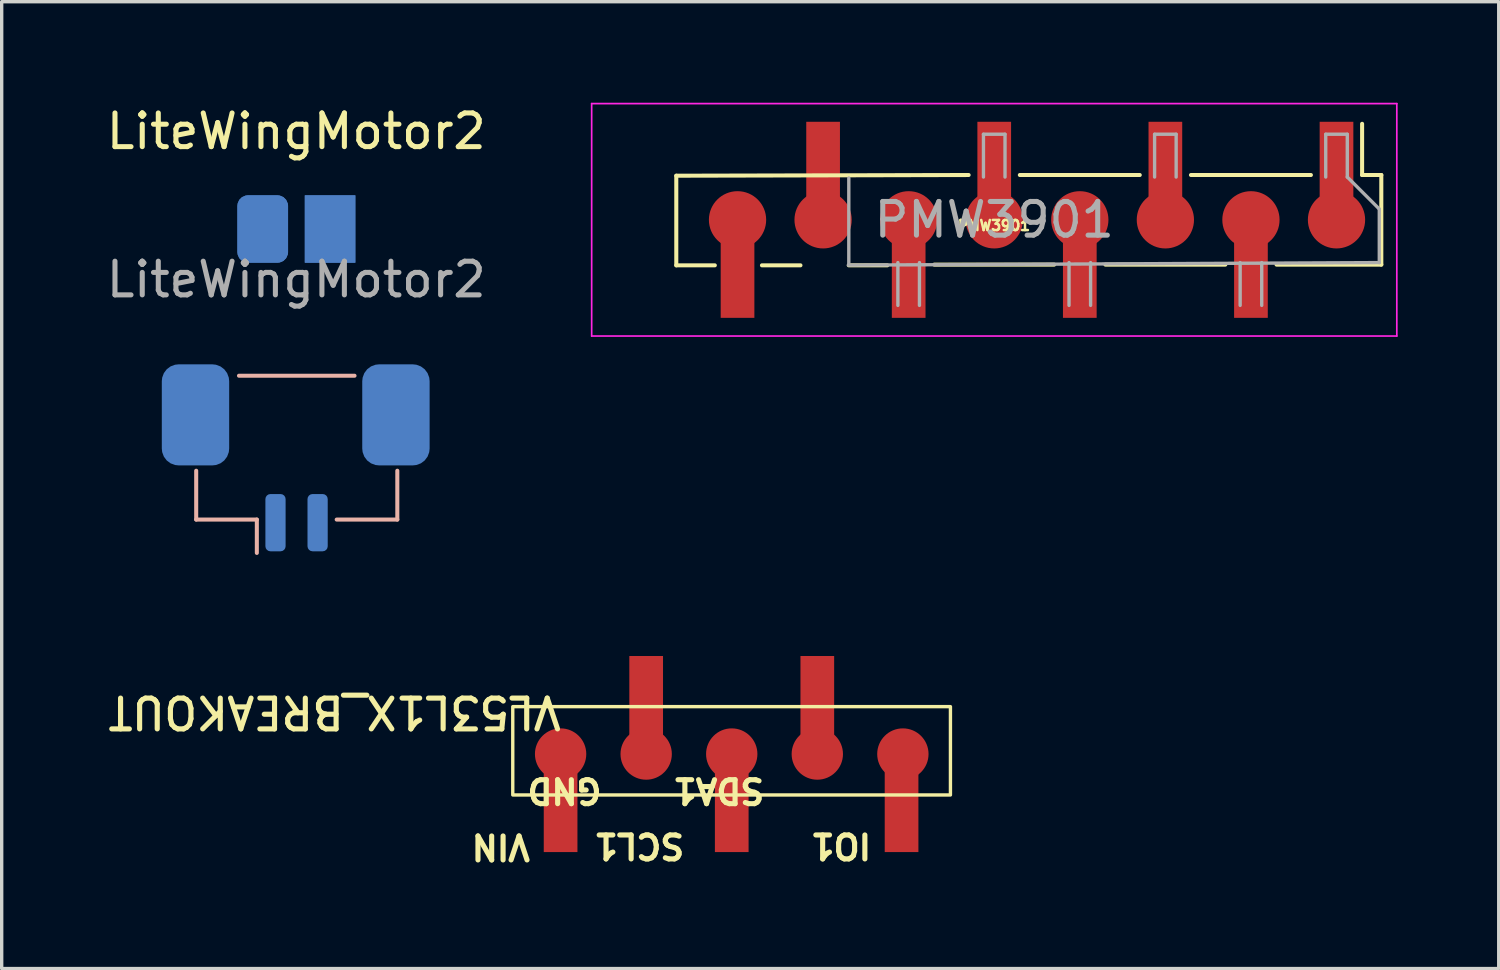
<source format=kicad_pcb>
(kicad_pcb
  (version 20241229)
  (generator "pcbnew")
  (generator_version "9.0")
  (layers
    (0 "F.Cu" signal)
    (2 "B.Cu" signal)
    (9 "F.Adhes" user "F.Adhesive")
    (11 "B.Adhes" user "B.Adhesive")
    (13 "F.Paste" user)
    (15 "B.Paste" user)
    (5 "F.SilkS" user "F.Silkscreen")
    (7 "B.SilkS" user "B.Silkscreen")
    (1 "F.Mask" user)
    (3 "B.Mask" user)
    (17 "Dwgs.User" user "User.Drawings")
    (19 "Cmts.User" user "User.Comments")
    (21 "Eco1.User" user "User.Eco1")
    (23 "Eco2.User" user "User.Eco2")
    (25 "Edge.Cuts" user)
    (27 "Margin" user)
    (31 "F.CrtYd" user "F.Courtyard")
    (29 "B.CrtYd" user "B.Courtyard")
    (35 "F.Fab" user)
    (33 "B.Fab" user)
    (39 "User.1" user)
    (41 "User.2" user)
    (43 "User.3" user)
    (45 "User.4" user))
  (footprint "PMW3901"
    (layer "F.Cu")
    (at 26.463 2.617)
    (property "Reference" "PMW3901" (at -0.008 1.027 0) (layer "F.SilkS") (effects (font (size 0.3 0.3) (thickness 0.075))))
    (attr smd exclude_from_bom)
    (fp_line (start -9.438 -0.451) (end -0.76 -0.472) (stroke (width 0.12) (type solid)) (layer "F.SilkS"))
    (fp_line (start -9.438 2.209) (end -9.438 -0.451) (stroke (width 0.12) (type solid)) (layer "F.SilkS"))
    (fp_line (start -9.438 2.209) (end -8.294 2.209) (stroke (width 0.12) (type solid)) (layer "F.SilkS"))
    (fp_line (start -6.895 2.209) (end -5.752 2.209) (stroke (width 0.12) (type solid)) (layer "F.SilkS"))
    (fp_line (start -4.317 2.209) (end -3.174 2.209) (stroke (width 0.12) (type solid)) (layer "F.SilkS"))
    (fp_line (start -1.78 2.188) (end 1.78 2.188) (stroke (width 0.12) (type solid)) (layer "F.SilkS"))
    (fp_line (start 0.76 -0.472) (end 4.32 -0.472) (stroke (width 0.12) (type solid)) (layer "F.SilkS"))
    (fp_line (start 3.3 2.188) (end 6.86 2.188) (stroke (width 0.12) (type solid)) (layer "F.SilkS"))
    (fp_line (start 5.84 -0.472) (end 9.4 -0.472) (stroke (width 0.12) (type solid)) (layer "F.SilkS"))
    (fp_line (start 8.38 2.188) (end 11.49 2.188) (stroke (width 0.12) (type solid)) (layer "F.SilkS"))
    (fp_line (start 10.92 -1.992) (end 10.92 -0.472) (stroke (width 0.12) (type solid)) (layer "F.SilkS"))
    (fp_line (start 10.92 -0.472) (end 11.49 -0.472) (stroke (width 0.12) (type solid)) (layer "F.SilkS"))
    (fp_line (start 11.49 2.188) (end 11.49 -0.472) (stroke (width 0.12) (type solid)) (layer "F.SilkS"))
    (fp_line (start -11.95 -2.592) (end 11.95 -2.592) (stroke (width 0.05) (type solid)) (layer "F.CrtYd"))
    (fp_line (start -11.95 4.308) (end -11.95 -2.592) (stroke (width 0.05) (type solid)) (layer "F.CrtYd"))
    (fp_line (start 11.95 -2.592) (end 11.95 4.308) (stroke (width 0.05) (type solid)) (layer "F.CrtYd"))
    (fp_line (start 11.95 4.308) (end -11.95 4.308) (stroke (width 0.05) (type solid)) (layer "F.CrtYd"))
    (fp_line (start -4.317 -0.383) (end -4.317 2.157) (stroke (width 0.1) (type solid)) (layer "F.Fab"))
    (fp_line (start -2.86 2.128) (end -2.86 3.398) (stroke (width 0.1) (type solid)) (layer "F.Fab"))
    (fp_line (start -2.22 3.398) (end -2.22 2.128) (stroke (width 0.1) (type solid)) (layer "F.Fab"))
    (fp_line (start -0.32 -1.682) (end 0.32 -1.682) (stroke (width 0.1) (type solid)) (layer "F.Fab"))
    (fp_line (start -0.32 -0.412) (end -0.32 -1.682) (stroke (width 0.1) (type solid)) (layer "F.Fab"))
    (fp_line (start 0.32 -1.682) (end 0.32 -0.412) (stroke (width 0.1) (type solid)) (layer "F.Fab"))
    (fp_line (start 2.22 2.128) (end 2.22 3.398) (stroke (width 0.1) (type solid)) (layer "F.Fab"))
    (fp_line (start 2.86 3.398) (end 2.86 2.128) (stroke (width 0.1) (type solid)) (layer "F.Fab"))
    (fp_line (start 4.76 -0.412) (end 4.76 -1.682) (stroke (width 0.1) (type solid)) (layer "F.Fab"))
    (fp_line (start 4.76 -1.682) (end 5.4 -1.682) (stroke (width 0.1) (type solid)) (layer "F.Fab"))
    (fp_line (start 5.4 -1.682) (end 5.4 -0.412) (stroke (width 0.1) (type solid)) (layer "F.Fab"))
    (fp_line (start 7.3 2.128) (end 7.3 3.398) (stroke (width 0.1) (type solid)) (layer "F.Fab"))
    (fp_line (start 7.94 3.398) (end 7.94 2.128) (stroke (width 0.1) (type solid)) (layer "F.Fab"))
    (fp_line (start 9.84 -1.682) (end 10.48 -1.682) (stroke (width 0.1) (type solid)) (layer "F.Fab"))
    (fp_line (start 9.84 -0.412) (end 9.84 -1.682) (stroke (width 0.1) (type solid)) (layer "F.Fab"))
    (fp_line (start 10.48 -1.682) (end 10.48 -0.412) (stroke (width 0.1) (type solid)) (layer "F.Fab"))
    (fp_line (start 11.43 0.538) (end 10.48 -0.412) (stroke (width 0.1) (type solid)) (layer "F.Fab"))
    (fp_line (start 11.43 2.128) (end -4.329 2.203) (stroke (width 0.1) (type solid)) (layer "F.Fab"))
    (fp_line (start 11.43 2.128) (end 11.43 0.538) (stroke (width 0.1) (type solid)) (layer "F.Fab"))
    (fp_text user "${REFERENCE}" (at 0 0.858 0) (layer "F.Fab") (effects (font (size 1 1) (thickness 0.15))))
    (pad "1" smd rect (at 10.16 -0.797 90) (size 2.51 1) (layers "F.Cu" "F.Mask" "F.Paste"))
    (pad "1" smd circle (at 10.16 0.858 90) (size 1.7 1.7) (layers "F.Cu" "F.Mask" "F.Paste"))
    (pad "2" smd circle (at 7.62 0.858 90) (size 1.7 1.7) (layers "F.Cu" "F.Mask" "F.Paste"))
    (pad "2" smd rect (at 7.62 2.513 90) (size 2.51 1) (layers "F.Cu" "F.Mask" "F.Paste"))
    (pad "3" smd rect (at 5.08 -0.797 90) (size 2.51 1) (layers "F.Cu" "F.Mask" "F.Paste"))
    (pad "3" smd circle (at 5.08 0.858 90) (size 1.7 1.7) (layers "F.Cu" "F.Mask" "F.Paste"))
    (pad "4" smd circle (at 2.54 0.858 90) (size 1.7 1.7) (layers "F.Cu" "F.Mask" "F.Paste"))
    (pad "4" smd rect (at 2.54 2.513 90) (size 2.51 1) (layers "F.Cu" "F.Mask" "F.Paste"))
    (pad "5" smd rect (at 0 -0.797 90) (size 2.51 1) (layers "F.Cu" "F.Mask" "F.Paste"))
    (pad "5" smd circle (at 0 0.858 90) (size 1.7 1.7) (layers "F.Cu" "F.Mask" "F.Paste"))
    (pad "6" smd circle (at -2.54 0.858 90) (size 1.7 1.7) (layers "F.Cu" "F.Mask" "F.Paste"))
    (pad "6" smd rect (at -2.54 2.513 90) (size 2.51 1) (layers "F.Cu" "F.Mask" "F.Paste"))
    (pad "7" smd rect (at -5.08 -0.797 90) (size 2.51 1) (layers "F.Cu" "F.Mask" "F.Paste"))
    (pad "7" smd circle (at -5.08 0.858 90) (size 1.7 1.7) (layers "F.Cu" "F.Mask" "F.Paste"))
    (pad "8" smd circle (at -7.62 0.858 90) (size 1.7 1.7) (layers "F.Cu" "F.Mask" "F.Paste"))
    (pad "8" smd rect (at -7.62 2.513 90) (size 2.51 1) (layers "F.Cu" "F.Mask" "F.Paste")))
  (footprint "LiteWingMotor2"
    (layer "F.Cu")
    (at 4.744 3.748)
    (property "Reference" "LiteWingMotor2" (at 1 -2.9 0) (layer "F.SilkS") (effects (font (size 1 1) (thickness 0.15))))
    (attr through_hole exclude_from_bom)
    (fp_line (start -1.97 7.175) (end -1.97 8.625) (stroke (width 0.12) (type solid)) (layer "B.SilkS"))
    (fp_line (start -1.97 8.625) (end -0.17 8.625) (stroke (width 0.12) (type solid)) (layer "B.SilkS"))
    (fp_line (start -0.7 4.355) (end 2.73 4.355) (stroke (width 0.12) (type solid)) (layer "B.SilkS"))
    (fp_line (start -0.17 8.625) (end -0.17 9.615) (stroke (width 0.12) (type solid)) (layer "B.SilkS"))
    (fp_line (start 4 8.625) (end 2.2 8.625) (stroke (width 0.12) (type solid)) (layer "B.SilkS"))
    (fp_line (start 4 7.175) (end 4 8.625) (stroke (width 0.12) (type solid)) (layer "B.SilkS"))
    (fp_text user "${REFERENCE}" (at 1 1.5 0) (layer "F.Fab") (effects (font (size 1 1) (thickness 0.15))))
    (pad "1" smd roundrect (at -1.991 5.517) (size 2 3) (layers "B.Cu" "B.Mask" "B.Paste") (roundrect_rratio 0.25))
    (pad "1" smd roundrect (at 0 0) (size 1.5 2) (layers "B.Cu" "B.Mask" "B.Paste") (roundrect_rratio 0.208))
    (pad "1" smd roundrect (at 0.008 0) (size 1.5 2) (layers "B.Cu" "B.Mask" "B.Paste") (roundrect_rratio 0.208))
    (pad "1" smd roundrect (at 0.384 8.717) (size 0.6 1.7) (layers "B.Cu" "B.Mask" "B.Paste") (roundrect_rratio 0.25))
    (pad "2" smd roundrect (at 1.634 8.717) (size 0.6 1.7) (layers "B.Cu" "B.Mask" "B.Paste") (roundrect_rratio 0.25))
    (pad "2" smd rect (at 2 0) (size 1.5 2) (layers "B.Cu" "B.Mask" "B.Paste"))
    (pad "2" smd rect (at 2.008 0) (size 1.5 2) (layers "B.Cu" "B.Mask" "B.Paste"))
    (pad "2" smd roundrect (at 3.959 5.517) (size 2 3) (layers "B.Cu" "B.Mask" "B.Paste") (roundrect_rratio 0.25)))
  (footprint "VL53L1X_BREAKOUT"
    (layer "F.Cu")
    (at 13.591 19.333)
    (property "Reference" "VL53L1X_BREAKOUT" (at 0.095 -0.711 180) (unlocked yes) (layer "F.SilkS") (effects (font (size 0.914 0.914) (thickness 0.152)) (justify left top)))
    (attr exclude_from_bom)
    (fp_rect (start 11.572 1.215) (end -1.42 -1.407) (stroke (width 0.1) (type default)) (fill no) (layer "F.SilkS"))
    (fp_text user "IO1" (at 9.301 3.139 180) (unlocked yes) (layer "F.SilkS") (effects (font (size 0.711 0.711) (thickness 0.152)) (justify left top)))
    (fp_text user "SDA1" (at 6.125 1.499 180) (unlocked yes) (layer "F.SilkS") (effects (font (size 0.711 0.711) (thickness 0.152)) (justify left top)))
    (fp_text user "GND" (at 1.299 1.499 180) (unlocked yes) (layer "F.SilkS") (effects (font (size 0.711 0.711) (thickness 0.152)) (justify left top)))
    (fp_text user "VIN" (at -0.829 3.169 180) (unlocked yes) (layer "F.SilkS") (effects (font (size 0.711 0.711) (thickness 0.152)) (justify left top)))
    (fp_text user "SCL1" (at 3.751 3.139 180) (unlocked yes) (layer "F.SilkS") (effects (font (size 0.711 0.711) (thickness 0.152)) (justify left top)))
    (pad "1" smd oval (at 0 0) (size 1.524 1.524) (layers "F.Cu" "F.Mask" "F.Paste"))
    (pad "1" smd rect (at 0.000001 1.655 270) (size 2.51 1) (layers "F.Cu" "F.Mask" "F.Paste"))
    (pad "2" smd rect (at 2.54 -1.655 270) (size 2.51 1) (layers "F.Cu" "F.Mask" "F.Paste"))
    (pad "2" smd oval (at 2.54 0) (size 1.524 1.524) (layers "F.Cu" "F.Mask" "F.Paste"))
    (pad "3" smd oval (at 5.08 0) (size 1.524 1.524) (layers "F.Cu" "F.Mask" "F.Paste"))
    (pad "3" smd rect (at 5.08 1.655 270) (size 2.51 1) (layers "F.Cu" "F.Mask" "F.Paste"))
    (pad "4" smd rect (at 7.62 -1.655 270) (size 2.51 1) (layers "F.Cu" "F.Mask" "F.Paste"))
    (pad "4" smd oval (at 7.62 0) (size 1.524 1.524) (layers "F.Cu" "F.Mask" "F.Paste"))
    (pad "5" smd rect (at 10.121 1.655 270) (size 2.51 1) (layers "F.Cu" "F.Mask" "F.Paste"))
    (pad "5" smd oval (at 10.16 0) (size 1.524 1.524) (layers "F.Cu" "F.Mask" "F.Paste")))
  (gr_rect
    (start -3 -3)
    (end 41.438 25.701)
    (stroke (width 0.1) (type default))
    (fill no)
    (layer "Edge.Cuts")))
</source>
